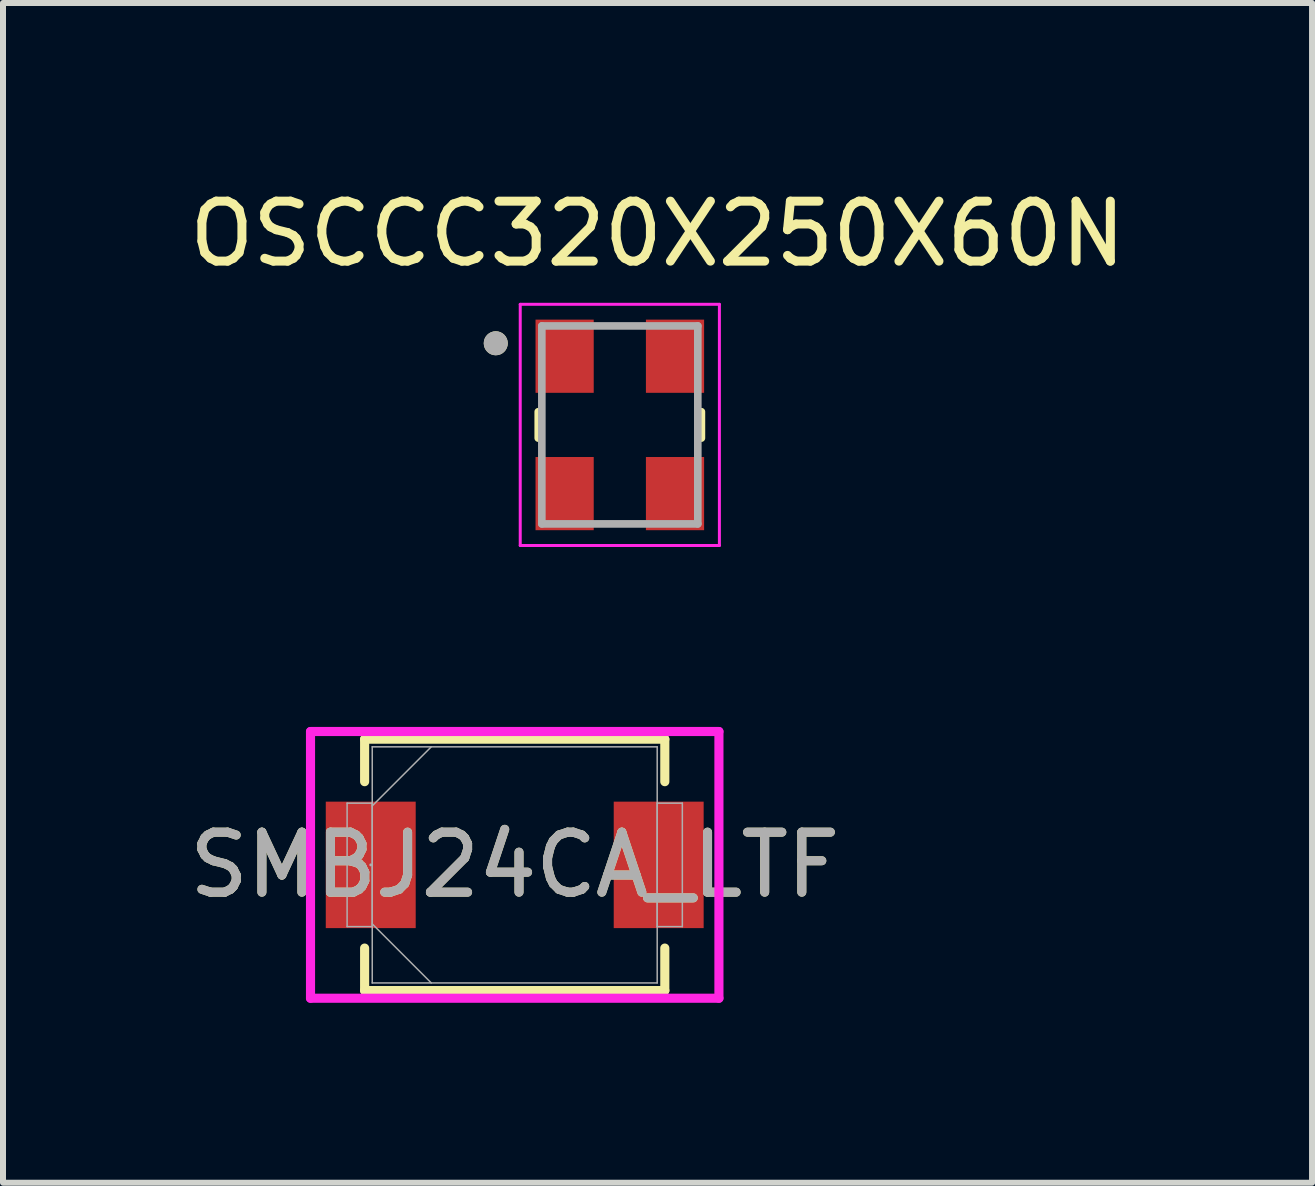
<source format=kicad_pcb>
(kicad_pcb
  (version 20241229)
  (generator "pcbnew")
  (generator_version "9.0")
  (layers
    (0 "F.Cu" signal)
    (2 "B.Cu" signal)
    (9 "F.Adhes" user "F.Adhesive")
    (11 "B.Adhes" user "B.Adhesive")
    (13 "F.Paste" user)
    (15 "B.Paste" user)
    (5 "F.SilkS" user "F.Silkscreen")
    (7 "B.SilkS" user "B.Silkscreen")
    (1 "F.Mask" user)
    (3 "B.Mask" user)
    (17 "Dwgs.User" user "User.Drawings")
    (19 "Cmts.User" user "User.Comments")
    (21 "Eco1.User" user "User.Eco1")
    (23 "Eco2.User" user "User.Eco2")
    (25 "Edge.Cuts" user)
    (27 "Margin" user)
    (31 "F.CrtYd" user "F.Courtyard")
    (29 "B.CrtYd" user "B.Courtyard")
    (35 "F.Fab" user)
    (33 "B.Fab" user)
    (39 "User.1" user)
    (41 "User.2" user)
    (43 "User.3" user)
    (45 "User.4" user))
  (footprint "OSCCC320X250X60N"
    (layer "F.Cu")
    (at 7.282 4.033)
    (property "Reference" "OSCCC320X250X60N" (at 0.629 -3.185 0) (layer "F.SilkS") (effects (font (size 1 1) (thickness 0.15))))
    (attr smd)
    (fp_line (start -1.36 -0.22) (end -1.36 0.22) (stroke (width 0.127) (type solid)) (layer "F.SilkS"))
    (fp_line (start 1.36 -0.22) (end 1.36 0.22) (stroke (width 0.127) (type solid)) (layer "F.SilkS"))
    (fp_circle (center -2.068 -1.361) (end -1.968 -1.361) (stroke (width 0.2) (type solid)) (fill no) (layer "F.SilkS"))
    (fp_line (start -1.66 -2.01) (end 1.66 -2.01) (stroke (width 0.05) (type solid)) (layer "F.CrtYd"))
    (fp_line (start -1.66 2.01) (end -1.66 -2.01) (stroke (width 0.05) (type solid)) (layer "F.CrtYd"))
    (fp_line (start 1.66 -2.01) (end 1.66 2.01) (stroke (width 0.05) (type solid)) (layer "F.CrtYd"))
    (fp_line (start 1.66 2.01) (end -1.66 2.01) (stroke (width 0.05) (type solid)) (layer "F.CrtYd"))
    (fp_line (start -1.3 -1.65) (end 1.3 -1.65) (stroke (width 0.127) (type solid)) (layer "F.Fab"))
    (fp_line (start -1.3 1.65) (end -1.3 -1.65) (stroke (width 0.127) (type solid)) (layer "F.Fab"))
    (fp_line (start 1.3 -1.65) (end 1.3 1.65) (stroke (width 0.127) (type solid)) (layer "F.Fab"))
    (fp_line (start 1.3 1.65) (end -1.3 1.65) (stroke (width 0.127) (type solid)) (layer "F.Fab"))
    (fp_circle (center -2.068 -1.361) (end -1.968 -1.361) (stroke (width 0.2) (type solid)) (fill no) (layer "F.Fab"))
    (pad "1" smd rect (at -0.92 -1.145 270) (size 1.22 0.97) (layers "F.Cu" "F.Mask" "F.Paste"))
    (pad "2" smd rect (at -0.92 1.145 270) (size 1.22 0.97) (layers "F.Cu" "F.Mask" "F.Paste"))
    (pad "3" smd rect (at 0.92 1.145 270) (size 1.22 0.97) (layers "F.Cu" "F.Mask" "F.Paste"))
    (pad "4" smd rect (at 0.92 -1.145 270) (size 1.22 0.97) (layers "F.Cu" "F.Mask" "F.Paste")))
  (footprint "SMBJ24CA_LTF"
    (layer "F.Cu")
    (at 5.53 11.367)
    (property "Reference" "SMBJ24CA_LTF" (at 0 0 0) (unlocked yes) (layer "F.SilkS") (effects (font (size 1 1) (thickness 0.15))))
    (attr smd)
    (fp_line (start -2.502 -2.095) (end -2.502 -1.387) (stroke (width 0.152) (type solid)) (layer "F.SilkS"))
    (fp_line (start -2.502 1.387) (end -2.502 2.095) (stroke (width 0.152) (type solid)) (layer "F.SilkS"))
    (fp_line (start -2.502 2.095) (end 2.502 2.095) (stroke (width 0.152) (type solid)) (layer "F.SilkS"))
    (fp_line (start 2.502 -2.095) (end -2.502 -2.095) (stroke (width 0.152) (type solid)) (layer "F.SilkS"))
    (fp_line (start 2.502 -1.387) (end 2.502 -2.095) (stroke (width 0.152) (type solid)) (layer "F.SilkS"))
    (fp_line (start 2.502 2.095) (end 2.502 1.387) (stroke (width 0.152) (type solid)) (layer "F.SilkS"))
    (fp_line (start -3.404 -2.223) (end 3.404 -2.223) (stroke (width 0.152) (type solid)) (layer "F.CrtYd"))
    (fp_line (start -3.404 2.223) (end -3.404 -2.223) (stroke (width 0.152) (type solid)) (layer "F.CrtYd"))
    (fp_line (start 3.404 -2.223) (end 3.404 2.223) (stroke (width 0.152) (type solid)) (layer "F.CrtYd"))
    (fp_line (start 3.404 2.223) (end -3.404 2.223) (stroke (width 0.152) (type solid)) (layer "F.CrtYd"))
    (fp_line (start -2.794 -1.029) (end -2.794 1.029) (stroke (width 0.025) (type solid)) (layer "F.Fab"))
    (fp_line (start -2.794 1.029) (end -2.375 1.029) (stroke (width 0.025) (type solid)) (layer "F.Fab"))
    (fp_line (start -2.375 -1.968) (end -2.375 1.968) (stroke (width 0.025) (type solid)) (layer "F.Fab"))
    (fp_line (start -2.375 -1.029) (end -2.794 -1.029) (stroke (width 0.025) (type solid)) (layer "F.Fab"))
    (fp_line (start -2.375 -0.984) (end -1.391 -1.968) (stroke (width 0.025) (type solid)) (layer "F.Fab"))
    (fp_line (start -2.375 0.984) (end -1.391 1.968) (stroke (width 0.025) (type solid)) (layer "F.Fab"))
    (fp_line (start -2.375 1.029) (end -2.375 -1.029) (stroke (width 0.025) (type solid)) (layer "F.Fab"))
    (fp_line (start -2.375 1.968) (end 2.375 1.968) (stroke (width 0.025) (type solid)) (layer "F.Fab"))
    (fp_line (start 2.375 -1.968) (end -2.375 -1.968) (stroke (width 0.025) (type solid)) (layer "F.Fab"))
    (fp_line (start 2.375 -1.029) (end 2.375 1.029) (stroke (width 0.025) (type solid)) (layer "F.Fab"))
    (fp_line (start 2.375 1.029) (end 2.794 1.029) (stroke (width 0.025) (type solid)) (layer "F.Fab"))
    (fp_line (start 2.375 1.968) (end 2.375 -1.968) (stroke (width 0.025) (type solid)) (layer "F.Fab"))
    (fp_line (start 2.794 -1.029) (end 2.375 -1.029) (stroke (width 0.025) (type solid)) (layer "F.Fab"))
    (fp_line (start 2.794 1.029) (end 2.794 -1.029) (stroke (width 0.025) (type solid)) (layer "F.Fab"))
    (fp_circle (center -2.4 0) (end -2.4 0) (stroke (width 0.025) (type solid)) (fill no) (layer "F.Fab"))
    (fp_text user "${REFERENCE}" (at 0 0 0) (unlocked yes) (layer "F.Fab") (effects (font (size 1 1) (thickness 0.15))))
    (pad "1" smd rect (at -2.4 0) (size 1.499 2.108) (layers "F.Cu" "F.Mask" "F.Paste"))
    (pad "2" smd rect (at 2.4 0) (size 1.499 2.108) (layers "F.Cu" "F.Mask" "F.Paste"))
    (zone (net_name "") (layer "F.Cu") (hatch full 0.508) (connect_pads) (min_thickness 0.254) (filled_areas_thickness no) (keepout (tracks not_allowed) (vias not_allowed) (pads allowed) (copperpour not_allowed) (footprints allowed)) (placement (enabled no)) (fill) (polygon (pts (xy 3.93 9.449) (xy 7.13 9.449) (xy 7.13 13.284) (xy 3.93 13.284)))))
  (gr_rect
    (start -3 -3)
    (end 18.821 16.665)
    (stroke (width 0.1) (type default))
    (fill no)
    (layer "Edge.Cuts")))
</source>
